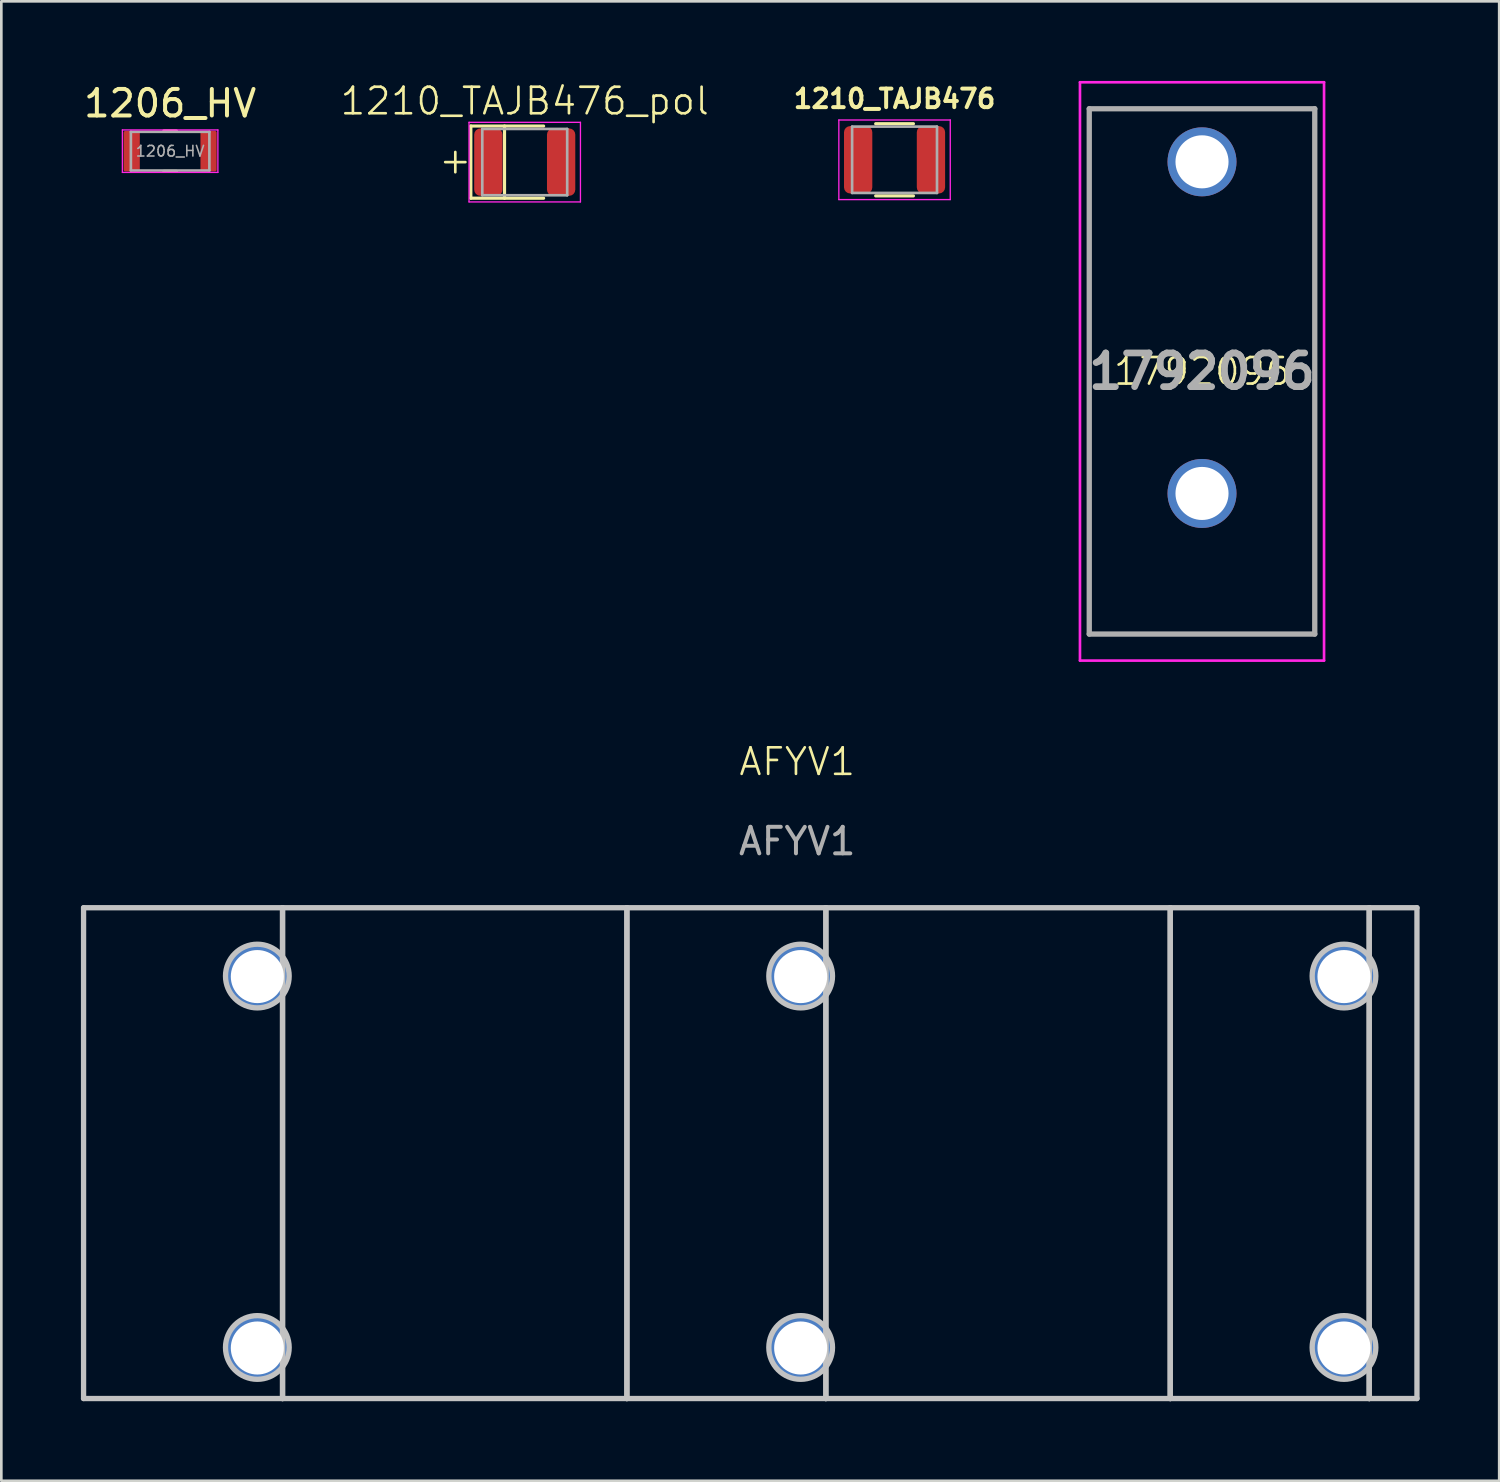
<source format=kicad_pcb>
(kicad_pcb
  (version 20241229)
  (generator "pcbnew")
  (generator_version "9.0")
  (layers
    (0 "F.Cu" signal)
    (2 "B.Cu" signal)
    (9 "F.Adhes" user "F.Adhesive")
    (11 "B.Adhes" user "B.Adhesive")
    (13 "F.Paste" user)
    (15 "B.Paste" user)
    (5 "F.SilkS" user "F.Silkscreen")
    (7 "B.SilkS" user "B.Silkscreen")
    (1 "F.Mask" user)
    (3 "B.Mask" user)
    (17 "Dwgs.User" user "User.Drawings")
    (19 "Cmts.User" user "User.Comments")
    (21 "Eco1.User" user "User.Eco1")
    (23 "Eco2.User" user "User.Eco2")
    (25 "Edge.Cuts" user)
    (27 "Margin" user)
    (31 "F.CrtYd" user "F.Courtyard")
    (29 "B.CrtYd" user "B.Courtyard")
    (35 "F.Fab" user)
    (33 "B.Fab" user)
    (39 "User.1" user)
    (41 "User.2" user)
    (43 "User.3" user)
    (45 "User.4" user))
  (footprint "1792096"
    (layer "F.Cu")
    (at 42.258 15.55)
    (property "Reference" "1792096" (at 0 -4.6 0) (unlocked yes) (layer "F.SilkS") (effects (font (size 1 1) (thickness 0.1))))
    (attr through_hole)
    (fp_line (start -4.25 -14.5) (end 4.25 -14.5) (stroke (width 0.1) (type solid)) (layer "F.SilkS"))
    (fp_line (start -4.25 5.3) (end -4.25 -14.5) (stroke (width 0.1) (type solid)) (layer "F.SilkS"))
    (fp_line (start 4.25 -14.5) (end 4.25 5.3) (stroke (width 0.1) (type solid)) (layer "F.SilkS"))
    (fp_line (start 4.25 5.3) (end -4.25 5.3) (stroke (width 0.1) (type solid)) (layer "F.SilkS"))
    (fp_line (start -4.6 -15.5) (end 4.6 -15.5) (stroke (width 0.1) (type solid)) (layer "F.CrtYd"))
    (fp_line (start -4.6 6.3) (end -4.6 -15.5) (stroke (width 0.1) (type solid)) (layer "F.CrtYd"))
    (fp_line (start 4.6 -15.5) (end 4.6 6.3) (stroke (width 0.1) (type solid)) (layer "F.CrtYd"))
    (fp_line (start 4.6 6.3) (end -4.6 6.3) (stroke (width 0.1) (type solid)) (layer "F.CrtYd"))
    (fp_line (start -4.25 -14.5) (end 4.25 -14.5) (stroke (width 0.2) (type solid)) (layer "F.Fab"))
    (fp_line (start -4.25 5.3) (end -4.25 -14.5) (stroke (width 0.2) (type solid)) (layer "F.Fab"))
    (fp_line (start 4.25 -14.5) (end 4.25 5.3) (stroke (width 0.2) (type solid)) (layer "F.Fab"))
    (fp_line (start 4.25 5.3) (end -4.25 5.3) (stroke (width 0.2) (type solid)) (layer "F.Fab"))
    (fp_text user "${REFERENCE}" (at 0 -4.6 0) (layer "F.Fab") (effects (font (size 1.27 1.27) (thickness 0.254))))
    (pad "1" thru_hole circle (at 0 0) (size 2.6 2.6) (drill 2) (layers "*.Cu" "*.Mask"))
    (pad "2" thru_hole circle (at 0 -12.5) (size 2.6 2.6) (drill 2) (layers "*.Cu" "*.Mask")))
  (footprint "AFYV1"
    (layer "F.Cu")
    (at 27.13 40.761)
    (property "Reference" "AFYV1" (at -0.13 -15.1 0) (unlocked yes) (layer "F.SilkS") (effects (font (size 1 1) (thickness 0.1))))
    (attr through_hole)
    (fp_line (start -27.03 -9.595) (end -27.03 8.905) (stroke (width 0.2) (type solid)) (layer "Dwgs.User"))
    (fp_line (start -27.03 8.905) (end -19.53 8.905) (stroke (width 0.2) (type solid)) (layer "Dwgs.User"))
    (fp_line (start -19.53 -9.595) (end -27.03 -9.595) (stroke (width 0.2) (type solid)) (layer "Dwgs.User"))
    (fp_line (start -19.53 -9.595) (end -19.53 8.905) (stroke (width 0.2) (type solid)) (layer "Dwgs.User"))
    (fp_line (start -19.53 8.905) (end -19.53 -9.595) (stroke (width 0.2) (type solid)) (layer "Dwgs.User"))
    (fp_line (start -19.53 8.905) (end -6.55 8.905) (stroke (width 0.2) (type solid)) (layer "Dwgs.User"))
    (fp_line (start -6.55 -9.595) (end -19.53 -9.595) (stroke (width 0.2) (type solid)) (layer "Dwgs.User"))
    (fp_line (start -6.55 -9.595) (end -6.55 8.905) (stroke (width 0.2) (type solid)) (layer "Dwgs.User"))
    (fp_line (start -6.55 8.905) (end -6.55 -9.595) (stroke (width 0.2) (type solid)) (layer "Dwgs.User"))
    (fp_line (start -6.55 8.905) (end 0.95 8.905) (stroke (width 0.2) (type solid)) (layer "Dwgs.User"))
    (fp_line (start 0.95 -9.595) (end -6.55 -9.595) (stroke (width 0.2) (type solid)) (layer "Dwgs.User"))
    (fp_line (start 0.95 -9.595) (end 0.95 8.905) (stroke (width 0.2) (type solid)) (layer "Dwgs.User"))
    (fp_line (start 0.95 8.905) (end 0.95 -9.595) (stroke (width 0.2) (type solid)) (layer "Dwgs.User"))
    (fp_line (start 0.95 8.905) (end 13.93 8.905) (stroke (width 0.2) (type solid)) (layer "Dwgs.User"))
    (fp_line (start 13.93 -9.595) (end 0.95 -9.595) (stroke (width 0.2) (type solid)) (layer "Dwgs.User"))
    (fp_line (start 13.93 -9.595) (end 13.93 8.905) (stroke (width 0.2) (type solid)) (layer "Dwgs.User"))
    (fp_line (start 13.93 8.905) (end 13.93 -9.595) (stroke (width 0.2) (type solid)) (layer "Dwgs.User"))
    (fp_line (start 13.93 8.905) (end 21.43 8.905) (stroke (width 0.2) (type solid)) (layer "Dwgs.User"))
    (fp_line (start 21.43 -9.595) (end 13.93 -9.595) (stroke (width 0.2) (type solid)) (layer "Dwgs.User"))
    (fp_line (start 21.43 -9.595) (end 21.43 8.905) (stroke (width 0.2) (type solid)) (layer "Dwgs.User"))
    (fp_line (start 21.43 8.905) (end 21.43 -9.595) (stroke (width 0.2) (type solid)) (layer "Dwgs.User"))
    (fp_line (start 21.43 8.905) (end 23.23 8.905) (stroke (width 0.2) (type solid)) (layer "Dwgs.User"))
    (fp_line (start 23.23 -9.595) (end 21.43 -9.595) (stroke (width 0.2) (type solid)) (layer "Dwgs.User"))
    (fp_line (start 23.23 8.905) (end 23.23 -9.595) (stroke (width 0.2) (type solid)) (layer "Dwgs.User"))
    (fp_circle (center -20.48 -7.02) (end -19.28 -7.02) (stroke (width 0.2) (type solid)) (fill no) (layer "Dwgs.User"))
    (fp_circle (center -20.48 6.98) (end -19.28 6.98) (stroke (width 0.2) (type solid)) (fill no) (layer "Dwgs.User"))
    (fp_circle (center 0 -7.02) (end 1.2 -7.02) (stroke (width 0.2) (type solid)) (fill no) (layer "Dwgs.User"))
    (fp_circle (center 0 6.98) (end 1.2 6.98) (stroke (width 0.2) (type solid)) (fill no) (layer "Dwgs.User"))
    (fp_circle (center 20.48 -7.02) (end 21.68 -7.02) (stroke (width 0.2) (type solid)) (fill no) (layer "Dwgs.User"))
    (fp_circle (center 20.48 6.98) (end 21.68 6.98) (stroke (width 0.2) (type solid)) (fill no) (layer "Dwgs.User"))
    (fp_line (start -27.03 -9.57) (end 23.23 -9.57) (stroke (width 0.1) (type solid)) (layer "F.CrtYd"))
    (fp_line (start -27.03 8.93) (end -27.03 -9.57) (stroke (width 0.1) (type solid)) (layer "F.CrtYd"))
    (fp_line (start 23.23 -9.57) (end 23.23 8.93) (stroke (width 0.1) (type solid)) (layer "F.CrtYd"))
    (fp_line (start 23.23 8.93) (end -27.03 8.93) (stroke (width 0.1) (type solid)) (layer "F.CrtYd"))
    (fp_text user "${REFERENCE}" (at -0.13 -12.1 0) (unlocked yes) (layer "F.Fab") (effects (font (size 1 1) (thickness 0.15))))
    (pad "1" thru_hole circle (at -20.48 7) (size 2.4 2.4) (drill 2) (layers "*.Cu" "*.Mask"))
    (pad "2" thru_hole circle (at -20.48 -7) (size 2.4 2.4) (drill 2) (layers "*.Cu" "*.Mask"))
    (pad "3" thru_hole circle (at 0 7) (size 2.4 2.4) (drill 2) (layers "*.Cu" "*.Mask"))
    (pad "4" thru_hole circle (at 0 -7) (size 2.4 2.4) (drill 2) (layers "*.Cu" "*.Mask"))
    (pad "5" thru_hole circle (at 20.48 7) (size 2.4 2.4) (drill 2) (layers "*.Cu" "*.Mask"))
    (pad "6" thru_hole circle (at 20.48 -7) (size 2.4 2.4) (drill 2) (layers "*.Cu" "*.Mask")))
  (footprint "1210_TAJB476"
    (layer "F.Cu")
    (at 30.669 2.973)
    (property "Reference" "1210_TAJB476" (at 0 -2.3 0) (layer "F.SilkS") (effects (font (size 0.7 0.7) (thickness 0.15))))
    (attr smd)
    (fp_line (start -0.711 -1.36) (end 0.711 -1.36) (stroke (width 0.12) (type solid)) (layer "F.SilkS"))
    (fp_line (start -0.711 1.36) (end 0.711 1.36) (stroke (width 0.12) (type solid)) (layer "F.SilkS"))
    (fp_line (start -2.1 -1.5) (end 2.1 -1.5) (stroke (width 0.05) (type solid)) (layer "F.CrtYd"))
    (fp_line (start -2.1 1.5) (end -2.1 -1.5) (stroke (width 0.05) (type solid)) (layer "F.CrtYd"))
    (fp_line (start 2.1 -1.5) (end 2.1 1.5) (stroke (width 0.05) (type solid)) (layer "F.CrtYd"))
    (fp_line (start 2.1 1.5) (end -2.1 1.5) (stroke (width 0.05) (type solid)) (layer "F.CrtYd"))
    (fp_line (start -1.6 -1.25) (end 1.6 -1.25) (stroke (width 0.1) (type solid)) (layer "F.Fab"))
    (fp_line (start -1.6 1.25) (end -1.6 -1.25) (stroke (width 0.1) (type solid)) (layer "F.Fab"))
    (fp_line (start 1.6 -1.25) (end 1.6 1.25) (stroke (width 0.1) (type solid)) (layer "F.Fab"))
    (fp_line (start 1.6 1.25) (end -1.6 1.25) (stroke (width 0.1) (type solid)) (layer "F.Fab"))
    (pad "1" smd roundrect (at -1.372 0) (size 1.067 2.54) (layers "F.Cu" "F.Mask" "F.Paste") (roundrect_rratio 0.217))
    (pad "2" smd roundrect (at 1.372 0) (size 1.067 2.54) (layers "F.Cu" "F.Mask" "F.Paste") (roundrect_rratio 0.217)))
  (footprint "1206_HV"
    (layer "F.Cu")
    (at 3.363 2.648)
    (property "Reference" "1206_HV" (at 0 -1.8 180) (layer "F.SilkS") (effects (font (size 1 1) (thickness 0.15))))
    (attr smd)
    (fp_line (start -0.237 -0.762) (end 0.237 -0.762) (stroke (width 0.12) (type solid)) (layer "F.SilkS"))
    (fp_line (start -0.237 0.762) (end 0.237 0.762) (stroke (width 0.12) (type solid)) (layer "F.SilkS"))
    (fp_line (start -1.8 -0.8) (end 1.8 -0.8) (stroke (width 0.05) (type solid)) (layer "F.CrtYd"))
    (fp_line (start -1.8 0.8) (end -1.8 -0.8) (stroke (width 0.05) (type solid)) (layer "F.CrtYd"))
    (fp_line (start 1.8 -0.8) (end 1.8 0.8) (stroke (width 0.05) (type solid)) (layer "F.CrtYd"))
    (fp_line (start 1.8 0.8) (end -1.8 0.8) (stroke (width 0.05) (type solid)) (layer "F.CrtYd"))
    (fp_line (start -1.48 -0.73) (end 1.48 -0.73) (stroke (width 0.1) (type solid)) (layer "F.Fab"))
    (fp_line (start -1.48 0.73) (end -1.48 -0.73) (stroke (width 0.1) (type solid)) (layer "F.Fab"))
    (fp_line (start 1.48 -0.73) (end 1.48 0.73) (stroke (width 0.1) (type solid)) (layer "F.Fab"))
    (fp_line (start 1.48 0.73) (end -1.48 0.73) (stroke (width 0.1) (type solid)) (layer "F.Fab"))
    (fp_text user "${REFERENCE}" (at 0 0 180) (layer "F.Fab") (effects (font (size 0.4 0.4) (thickness 0.06))))
    (pad "1" smd roundrect (at -1.448 0) (size 0.61 1.524) (layers "F.Cu" "F.Mask" "F.Paste") (roundrect_rratio 0.1))
    (pad "2" smd roundrect (at 1.448 0) (size 0.61 1.524) (layers "F.Cu" "F.Mask" "F.Paste") (roundrect_rratio 0.1)))
  (footprint "1210_TAJB476_pol"
    (layer "F.Cu")
    (at 16.729 3.061)
    (property "Reference" "1210_TAJB476_pol" (at 0 -2.3 0) (unlocked yes) (layer "F.SilkS") (effects (font (size 1 1) (thickness 0.1))))
    (attr smd)
    (fp_line (start -2.032 -1.36) (end 0.711 -1.36) (stroke (width 0.12) (type solid)) (layer "F.SilkS"))
    (fp_line (start -2.032 1.36) (end -2.032 -1.36) (stroke (width 0.12) (type solid)) (layer "F.SilkS"))
    (fp_line (start -2.032 1.36) (end 0.711 1.36) (stroke (width 0.12) (type solid)) (layer "F.SilkS"))
    (fp_line (start -0.762 1.36) (end -0.762 -1.36) (stroke (width 0.12) (type solid)) (layer "F.SilkS"))
    (fp_line (start -2.1 -1.5) (end 2.1 -1.5) (stroke (width 0.05) (type solid)) (layer "F.CrtYd"))
    (fp_line (start -2.1 1.5) (end -2.1 -1.5) (stroke (width 0.05) (type solid)) (layer "F.CrtYd"))
    (fp_line (start 2.1 -1.5) (end 2.1 1.5) (stroke (width 0.05) (type solid)) (layer "F.CrtYd"))
    (fp_line (start 2.1 1.5) (end -2.1 1.5) (stroke (width 0.05) (type solid)) (layer "F.CrtYd"))
    (fp_line (start -1.6 -1.25) (end 1.6 -1.25) (stroke (width 0.1) (type solid)) (layer "F.Fab"))
    (fp_line (start -1.6 1.25) (end -1.6 -1.25) (stroke (width 0.1) (type solid)) (layer "F.Fab"))
    (fp_line (start 1.6 -1.25) (end 1.6 1.25) (stroke (width 0.1) (type solid)) (layer "F.Fab"))
    (fp_line (start 1.6 1.25) (end -1.6 1.25) (stroke (width 0.1) (type solid)) (layer "F.Fab"))
    (fp_text user "+" (at -3.302 0.508 0) (unlocked yes) (layer "F.SilkS") (effects (font (size 1 1) (thickness 0.1)) (justify left bottom)))
    (pad "1" smd roundrect (at -1.372 0) (size 1.067 2.54) (layers "F.Cu" "F.Mask" "F.Paste") (roundrect_rratio 0.217))
    (pad "2" smd roundrect (at 1.372 0) (size 1.067 2.54) (layers "F.Cu" "F.Mask" "F.Paste") (roundrect_rratio 0.217)))
  (gr_rect
    (start -3 -3)
    (end 53.46 52.766)
    (stroke (width 0.1) (type default))
    (fill no)
    (layer "Edge.Cuts")))
</source>
